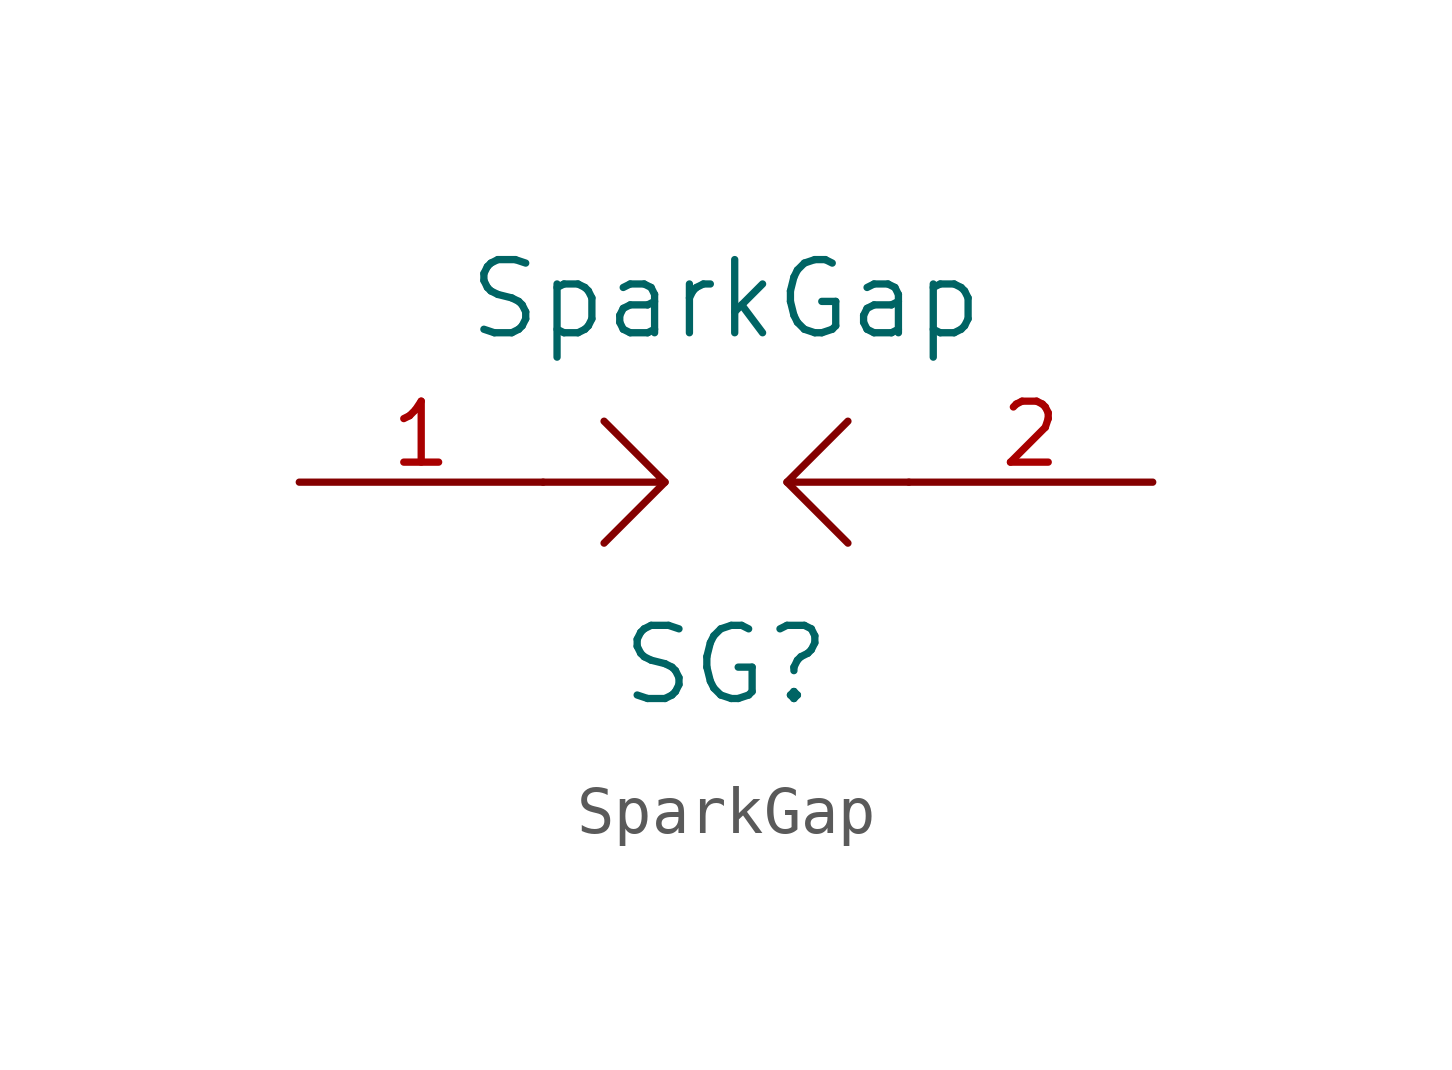
<source format=kicad_sym>
(kicad_symbol_lib
  (version 20211014)
  (generator kicad_symbol_editor)
  (symbol "SparkGap"
    (pin_names
      (offset 1.016))
    (property "Reference" "SG"
      (at 0 -3.81 0)
      (effects (font (size 1.524 1.524))))
    (property "Value" "SparkGap"
      (at 0 3.81 0)
      (effects (font (size 1.524 1.524))))
    (property "Footprint" ""
      (at 0 0 0)
      (effects (font (size 1.524 1.524))))
    (property "Datasheet" ""
      (at 0 0 0)
      (effects (font (size 1.524 1.524))))
    (symbol "SparkGap_0_1"
      (polyline (pts (xy -1.27 0) (xy -2.54 -1.27)) (stroke (width 0) (type default) (color 0 0 0 0)) (fill (type none)))
      (polyline (pts (xy 1.27 0) (xy 2.54 -1.27)) (stroke (width 0) (type default) (color 0 0 0 0)) (fill (type none)))
      (polyline (pts (xy -2.54 1.27) (xy -1.27 0) (xy -3.81 0)) (stroke (width 0) (type default) (color 0 0 0 0)) (fill (type none)))
      (polyline (pts (xy 3.81 0) (xy 1.27 0) (xy 2.54 1.27)) (stroke (width 0) (type default) (color 0 0 0 0)) (fill (type none))))
    (symbol "SparkGap_1_1"
      (pin input line (at -8.89 0 0) (length 5.08) (name "~" (effects (font (size 1.27 1.27)))) (number "1" (effects (font (size 1.27 1.27)))))
      (pin input line (at 8.89 0 180) (length 5.08) (name "~" (effects (font (size 1.27 1.27)))) (number "2" (effects (font (size 1.27 1.27))))))))
</source>
